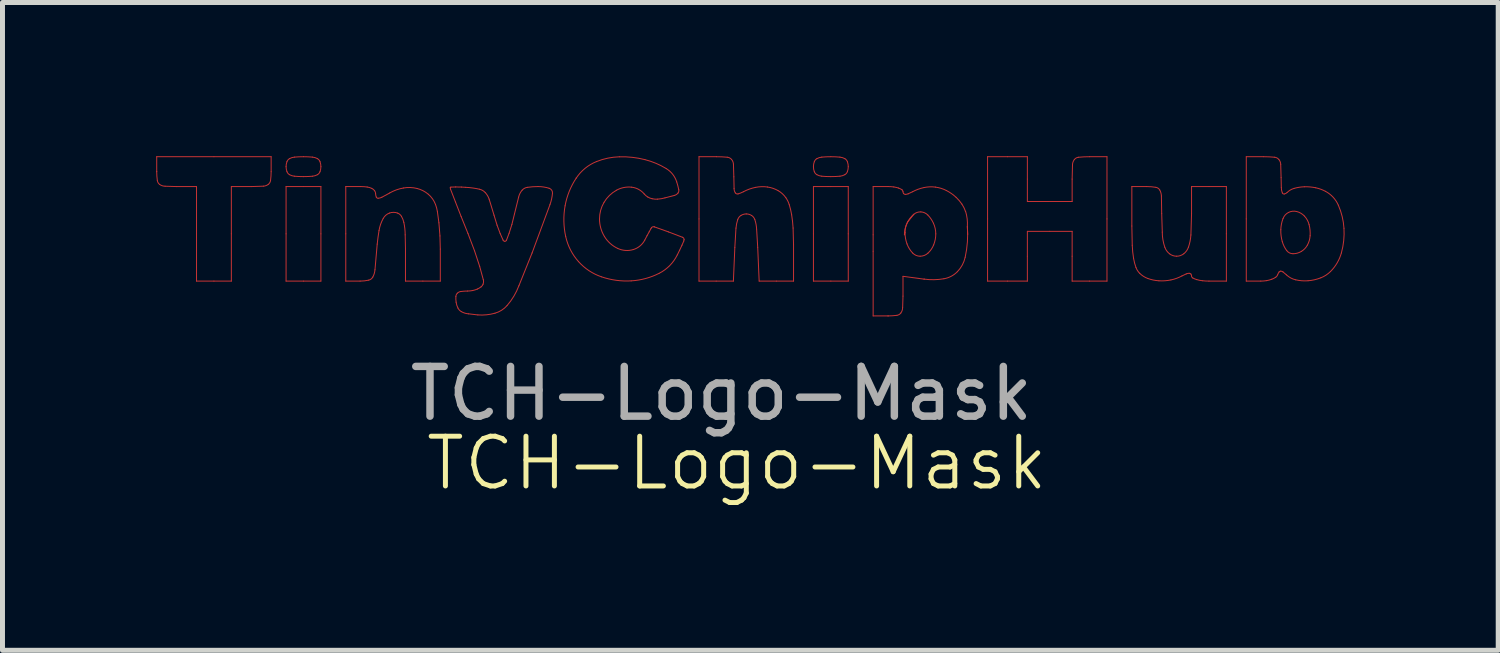
<source format=kicad_pcb>
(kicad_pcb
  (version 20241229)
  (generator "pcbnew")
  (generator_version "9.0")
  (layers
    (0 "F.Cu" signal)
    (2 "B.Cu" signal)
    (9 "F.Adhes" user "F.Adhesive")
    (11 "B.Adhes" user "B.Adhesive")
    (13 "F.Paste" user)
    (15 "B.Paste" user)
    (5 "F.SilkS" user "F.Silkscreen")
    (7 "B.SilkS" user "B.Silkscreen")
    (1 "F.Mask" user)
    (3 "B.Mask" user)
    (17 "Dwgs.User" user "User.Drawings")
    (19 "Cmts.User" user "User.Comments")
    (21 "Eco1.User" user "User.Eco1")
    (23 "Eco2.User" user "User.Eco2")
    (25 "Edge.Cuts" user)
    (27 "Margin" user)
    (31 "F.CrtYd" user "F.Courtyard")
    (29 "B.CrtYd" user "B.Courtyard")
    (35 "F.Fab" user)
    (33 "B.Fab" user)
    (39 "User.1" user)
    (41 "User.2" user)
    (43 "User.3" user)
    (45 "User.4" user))
  (footprint "TCH-Logo-Mask"
    (layer "F.Cu")
    (at 11.45 2.36)
    (property "Reference" "TCH-Logo-Mask" (at 0.31 3.9 0) (unlocked yes) (layer "F.SilkS") (effects (font (size 1 1) (thickness 0.1))))
    (attr smd)
    (fp_line (start -11.35 -2.26) (end -11.35 -1.96) (stroke (width 0.02) (type default)) (layer "F.Cu"))
    (fp_line (start -11.35 -1.96) (end -11.35 -1.96) (stroke (width 0.02) (type default)) (layer "F.Cu"))
    (fp_line (start -11.182 -1.667) (end -10.95 -1.66) (stroke (width 0.02) (type default)) (layer "F.Cu"))
    (fp_line (start -10.95 -1.66) (end -10.55 -1.66) (stroke (width 0.02) (type default)) (layer "F.Cu"))
    (fp_line (start -10.55 -1.66) (end -10.55 -0.71) (stroke (width 0.02) (type default)) (layer "F.Cu"))
    (fp_line (start -10.55 -0.71) (end -10.55 0.24) (stroke (width 0.02) (type default)) (layer "F.Cu"))
    (fp_line (start -10.55 0.24) (end -10.2 0.24) (stroke (width 0.02) (type default)) (layer "F.Cu"))
    (fp_line (start -10.2 -2.26) (end -11.35 -2.26) (stroke (width 0.02) (type default)) (layer "F.Cu"))
    (fp_line (start -10.2 0.24) (end -9.85 0.24) (stroke (width 0.02) (type default)) (layer "F.Cu"))
    (fp_line (start -9.85 -1.66) (end -9.45 -1.66) (stroke (width 0.02) (type default)) (layer "F.Cu"))
    (fp_line (start -9.85 -0.71) (end -9.85 -1.66) (stroke (width 0.02) (type default)) (layer "F.Cu"))
    (fp_line (start -9.85 0.24) (end -9.85 -0.71) (stroke (width 0.02) (type default)) (layer "F.Cu"))
    (fp_line (start -9.45 -1.66) (end -9.206 -1.668) (stroke (width 0.02) (type default)) (layer "F.Cu"))
    (fp_line (start -9.05 -2.26) (end -10.2 -2.26) (stroke (width 0.02) (type default)) (layer "F.Cu"))
    (fp_line (start -9.05 -1.96) (end -9.05 -2.26) (stroke (width 0.02) (type default)) (layer "F.Cu"))
    (fp_line (start -8.75 -1.66) (end -8.75 -0.71) (stroke (width 0.02) (type default)) (layer "F.Cu"))
    (fp_line (start -8.75 -0.71) (end -8.75 0.24) (stroke (width 0.02) (type default)) (layer "F.Cu"))
    (fp_line (start -8.75 0.24) (end -8.4 0.24) (stroke (width 0.02) (type default)) (layer "F.Cu"))
    (fp_line (start -8.4 -1.66) (end -8.75 -1.66) (stroke (width 0.02) (type default)) (layer "F.Cu"))
    (fp_line (start -8.4 0.24) (end -8.05 0.24) (stroke (width 0.02) (type default)) (layer "F.Cu"))
    (fp_line (start -8.05 -1.66) (end -8.4 -1.66) (stroke (width 0.02) (type default)) (layer "F.Cu"))
    (fp_line (start -8.05 -0.71) (end -8.05 -1.66) (stroke (width 0.02) (type default)) (layer "F.Cu"))
    (fp_line (start -8.05 0.24) (end -8.05 -0.71) (stroke (width 0.02) (type default)) (layer "F.Cu"))
    (fp_line (start -7.55 -1.66) (end -7.55 -0.71) (stroke (width 0.02) (type default)) (layer "F.Cu"))
    (fp_line (start -7.55 -0.71) (end -7.55 0.24) (stroke (width 0.02) (type default)) (layer "F.Cu"))
    (fp_line (start -7.55 0.24) (end -7.262 0.24) (stroke (width 0.02) (type default)) (layer "F.Cu"))
    (fp_line (start -7.25 -1.66) (end -7.55 -1.66) (stroke (width 0.02) (type default)) (layer "F.Cu"))
    (fp_line (start -6.963 0.012) (end -6.918 -0.504) (stroke (width 0.02) (type default)) (layer "F.Cu"))
    (fp_line (start -6.669 -1.53) (end -6.826 -1.445) (stroke (width 0.02) (type default)) (layer "F.Cu"))
    (fp_line (start -6.356 -0.689) (end -6.35 -0.413) (stroke (width 0.02) (type default)) (layer "F.Cu"))
    (fp_line (start -6.35 -0.413) (end -6.35 0.24) (stroke (width 0.02) (type default)) (layer "F.Cu"))
    (fp_line (start -6.35 0.24) (end -6 0.24) (stroke (width 0.02) (type default)) (layer "F.Cu"))
    (fp_line (start -6 0.24) (end -5.65 0.24) (stroke (width 0.02) (type default)) (layer "F.Cu"))
    (fp_line (start -5.678 -0.932) (end -5.709 -1.161) (stroke (width 0.02) (type default)) (layer "F.Cu"))
    (fp_line (start -5.657 -0.668) (end -5.678 -0.932) (stroke (width 0.02) (type default)) (layer "F.Cu"))
    (fp_line (start -5.65 -0.403) (end -5.657 -0.668) (stroke (width 0.02) (type default)) (layer "F.Cu"))
    (fp_line (start -5.65 0.24) (end -5.65 -0.403) (stroke (width 0.02) (type default)) (layer "F.Cu"))
    (fp_line (start -5.445 -1.608) (end -5.345 -1.35) (stroke (width 0.02) (type default)) (layer "F.Cu"))
    (fp_line (start -5.345 -1.35) (end -5.231 -1.057) (stroke (width 0.02) (type default)) (layer "F.Cu"))
    (fp_line (start -5.342 -1.652) (end -5.438 -1.649) (stroke (width 0.02) (type default)) (layer "F.Cu"))
    (fp_line (start -5.231 -1.057) (end -5.094 -0.717) (stroke (width 0.02) (type default)) (layer "F.Cu"))
    (fp_line (start -5.224 -1.65) (end -5.342 -1.652) (stroke (width 0.02) (type default)) (layer "F.Cu"))
    (fp_line (start -5.141 -1.645) (end -5.224 -1.65) (stroke (width 0.02) (type default)) (layer "F.Cu"))
    (fp_line (start -5.094 -0.717) (end -4.962 -0.369) (stroke (width 0.02) (type default)) (layer "F.Cu"))
    (fp_line (start -5.081 0.898) (end -4.895 0.92) (stroke (width 0.02) (type default)) (layer "F.Cu"))
    (fp_line (start -4.962 -0.369) (end -4.858 -0.053) (stroke (width 0.02) (type default)) (layer "F.Cu"))
    (fp_line (start -4.858 -0.053) (end -4.786 0.211) (stroke (width 0.02) (type default)) (layer "F.Cu"))
    (fp_line (start -4.57 -1.085) (end -4.668 -1.407) (stroke (width 0.02) (type default)) (layer "F.Cu"))
    (fp_line (start -4.509 -0.884) (end -4.57 -1.085) (stroke (width 0.02) (type default)) (layer "F.Cu"))
    (fp_line (start -4.446 -0.714) (end -4.509 -0.884) (stroke (width 0.02) (type default)) (layer "F.Cu"))
    (fp_line (start -4.388 -0.584) (end -4.446 -0.714) (stroke (width 0.02) (type default)) (layer "F.Cu"))
    (fp_line (start -4.267 -0.722) (end -4.32 -0.582) (stroke (width 0.02) (type default)) (layer "F.Cu"))
    (fp_line (start -4.211 -0.899) (end -4.267 -0.722) (stroke (width 0.02) (type default)) (layer "F.Cu"))
    (fp_line (start -4.159 -1.11) (end -4.211 -0.899) (stroke (width 0.02) (type default)) (layer "F.Cu"))
    (fp_line (start -4.076 -1.446) (end -4.159 -1.11) (stroke (width 0.02) (type default)) (layer "F.Cu"))
    (fp_line (start -4.07 0.333) (end -3.805 -0.326) (stroke (width 0.02) (type default)) (layer "F.Cu"))
    (fp_line (start -3.805 -0.326) (end -3.446 -1.296) (stroke (width 0.02) (type default)) (layer "F.Cu"))
    (fp_line (start -2.918 -1.831) (end -2.918 -1.831) (stroke (width 0.02) (type default)) (layer "F.Cu"))
    (fp_line (start -1.494 -0.673) (end -1.541 -0.583) (stroke (width 0.02) (type default)) (layer "F.Cu"))
    (fp_line (start -1.451 -0.751) (end -1.494 -0.673) (stroke (width 0.02) (type default)) (layer "F.Cu"))
    (fp_line (start -1.415 -0.816) (end -1.451 -0.751) (stroke (width 0.02) (type default)) (layer "F.Cu"))
    (fp_line (start -1.35 -0.851) (end -1.35 -0.851) (stroke (width 0.02) (type default)) (layer "F.Cu"))
    (fp_line (start -1.134 -1.433) (end -0.941 -1.483) (stroke (width 0.02) (type default)) (layer "F.Cu"))
    (fp_line (start -1.065 -0.749) (end -1.35 -0.851) (stroke (width 0.02) (type default)) (layer "F.Cu"))
    (fp_line (start -0.886 -0.287) (end -0.84 -0.38) (stroke (width 0.02) (type default)) (layer "F.Cu"))
    (fp_line (start -0.84 -0.38) (end -0.793 -0.481) (stroke (width 0.02) (type default)) (layer "F.Cu"))
    (fp_line (start -0.793 -0.481) (end -0.755 -0.567) (stroke (width 0.02) (type default)) (layer "F.Cu"))
    (fp_line (start -0.782 -0.641) (end -1.065 -0.749) (stroke (width 0.02) (type default)) (layer "F.Cu"))
    (fp_line (start -0.45 -2.26) (end -0.45 -1.01) (stroke (width 0.02) (type default)) (layer "F.Cu"))
    (fp_line (start -0.45 -1.01) (end -0.45 0.24) (stroke (width 0.02) (type default)) (layer "F.Cu"))
    (fp_line (start -0.45 0.24) (end -0.105 0.24) (stroke (width 0.02) (type default)) (layer "F.Cu"))
    (fp_line (start -0.105 0.24) (end 0.241 0.24) (stroke (width 0.02) (type default)) (layer "F.Cu"))
    (fp_line (start -0.1 -2.26) (end -0.45 -2.26) (stroke (width 0.02) (type default)) (layer "F.Cu"))
    (fp_line (start 0.241 0.24) (end 0.27 -0.435) (stroke (width 0.02) (type default)) (layer "F.Cu"))
    (fp_line (start 0.25 -1.856) (end 0.242 -2.111) (stroke (width 0.02) (type default)) (layer "F.Cu"))
    (fp_line (start 0.255 -1.621) (end 0.25 -1.856) (stroke (width 0.02) (type default)) (layer "F.Cu"))
    (fp_line (start 0.27 -0.435) (end 0.293 -0.825) (stroke (width 0.02) (type default)) (layer "F.Cu"))
    (fp_line (start 0.708 -0.804) (end 0.73 -0.435) (stroke (width 0.02) (type default)) (layer "F.Cu"))
    (fp_line (start 0.73 -0.435) (end 0.759 0.24) (stroke (width 0.02) (type default)) (layer "F.Cu"))
    (fp_line (start 0.759 0.24) (end 1.105 0.24) (stroke (width 0.02) (type default)) (layer "F.Cu"))
    (fp_line (start 1.105 0.24) (end 1.45 0.24) (stroke (width 0.02) (type default)) (layer "F.Cu"))
    (fp_line (start 1.45 -0.488) (end 1.441 -0.826) (stroke (width 0.02) (type default)) (layer "F.Cu"))
    (fp_line (start 1.45 0.24) (end 1.45 -0.488) (stroke (width 0.02) (type default)) (layer "F.Cu"))
    (fp_line (start 1.85 -1.66) (end 1.85 -0.71) (stroke (width 0.02) (type default)) (layer "F.Cu"))
    (fp_line (start 1.85 -0.71) (end 1.85 0.24) (stroke (width 0.02) (type default)) (layer "F.Cu"))
    (fp_line (start 1.85 0.24) (end 2.2 0.24) (stroke (width 0.02) (type default)) (layer "F.Cu"))
    (fp_line (start 2.142 -1.66) (end 1.85 -1.66) (stroke (width 0.02) (type default)) (layer "F.Cu"))
    (fp_line (start 2.142 -1.66) (end 2.2 -1.66) (stroke (width 0.02) (type default)) (layer "F.Cu"))
    (fp_line (start 2.2 0.24) (end 2.55 0.24) (stroke (width 0.02) (type default)) (layer "F.Cu"))
    (fp_line (start 2.55 -1.66) (end 2.2 -1.66) (stroke (width 0.02) (type default)) (layer "F.Cu"))
    (fp_line (start 2.55 -0.71) (end 2.55 -1.66) (stroke (width 0.02) (type default)) (layer "F.Cu"))
    (fp_line (start 2.55 0.24) (end 2.55 -0.71) (stroke (width 0.02) (type default)) (layer "F.Cu"))
    (fp_line (start 3.05 -1.66) (end 3.05 -0.691) (stroke (width 0.02) (type default)) (layer "F.Cu"))
    (fp_line (start 3.05 -0.36) (end 3.05 -0.691) (stroke (width 0.02) (type default)) (layer "F.Cu"))
    (fp_line (start 3.05 -0.36) (end 3.05 0.94) (stroke (width 0.02) (type default)) (layer "F.Cu"))
    (fp_line (start 3.05 0.94) (end 3.35 0.94) (stroke (width 0.02) (type default)) (layer "F.Cu"))
    (fp_line (start 3.35 -1.66) (end 3.05 -1.66) (stroke (width 0.02) (type default)) (layer "F.Cu"))
    (fp_line (start 3.35 0.94) (end 3.35 0.94) (stroke (width 0.02) (type default)) (layer "F.Cu"))
    (fp_line (start 3.643 0.773) (end 3.65 0.542) (stroke (width 0.02) (type default)) (layer "F.Cu"))
    (fp_line (start 3.65 0.144) (end 4.075 0.201) (stroke (width 0.02) (type default)) (layer "F.Cu"))
    (fp_line (start 3.65 0.542) (end 3.65 0.144) (stroke (width 0.02) (type default)) (layer "F.Cu"))
    (fp_line (start 3.679 -0.691) (end 3.691 -0.741) (stroke (width 0.02) (type default)) (layer "F.Cu"))
    (fp_line (start 3.866 -1.102) (end 3.743 -0.947) (stroke (width 0.02) (type default)) (layer "F.Cu"))
    (fp_line (start 4.075 0.2) (end 4.075 0.201) (stroke (width 0.02) (type default)) (layer "F.Cu"))
    (fp_line (start 4.95 -0.696) (end 4.944 -0.856) (stroke (width 0.02) (type default)) (layer "F.Cu"))
    (fp_line (start 5.35 -2.26) (end 5.35 -1.01) (stroke (width 0.02) (type default)) (layer "F.Cu"))
    (fp_line (start 5.35 -1.01) (end 5.35 0.24) (stroke (width 0.02) (type default)) (layer "F.Cu"))
    (fp_line (start 5.35 0.24) (end 5.75 0.24) (stroke (width 0.02) (type default)) (layer "F.Cu"))
    (fp_line (start 5.75 -2.26) (end 5.35 -2.26) (stroke (width 0.02) (type default)) (layer "F.Cu"))
    (fp_line (start 5.75 0.24) (end 6.15 0.24) (stroke (width 0.02) (type default)) (layer "F.Cu"))
    (fp_line (start 6.15 -2.26) (end 5.75 -2.26) (stroke (width 0.02) (type default)) (layer "F.Cu"))
    (fp_line (start 6.15 -1.81) (end 6.15 -2.26) (stroke (width 0.02) (type default)) (layer "F.Cu"))
    (fp_line (start 6.15 -1.36) (end 6.15 -1.81) (stroke (width 0.02) (type default)) (layer "F.Cu"))
    (fp_line (start 6.15 -0.76) (end 6.6 -0.76) (stroke (width 0.02) (type default)) (layer "F.Cu"))
    (fp_line (start 6.15 -0.26) (end 6.15 -0.76) (stroke (width 0.02) (type default)) (layer "F.Cu"))
    (fp_line (start 6.15 0.24) (end 6.15 -0.26) (stroke (width 0.02) (type default)) (layer "F.Cu"))
    (fp_line (start 6.6 -1.36) (end 6.15 -1.36) (stroke (width 0.02) (type default)) (layer "F.Cu"))
    (fp_line (start 6.6 -0.76) (end 7.05 -0.76) (stroke (width 0.02) (type default)) (layer "F.Cu"))
    (fp_line (start 7.05 -1.81) (end 7.05 -1.36) (stroke (width 0.02) (type default)) (layer "F.Cu"))
    (fp_line (start 7.05 -1.36) (end 6.6 -1.36) (stroke (width 0.02) (type default)) (layer "F.Cu"))
    (fp_line (start 7.05 -0.76) (end 7.05 -0.26) (stroke (width 0.02) (type default)) (layer "F.Cu"))
    (fp_line (start 7.05 -0.26) (end 7.05 0.24) (stroke (width 0.02) (type default)) (layer "F.Cu"))
    (fp_line (start 7.05 0.24) (end 7.4 0.24) (stroke (width 0.02) (type default)) (layer "F.Cu"))
    (fp_line (start 7.057 -2.093) (end 7.05 -1.81) (stroke (width 0.02) (type default)) (layer "F.Cu"))
    (fp_line (start 7.4 0.24) (end 7.75 0.24) (stroke (width 0.02) (type default)) (layer "F.Cu"))
    (fp_line (start 7.75 -2.26) (end 7.4 -2.26) (stroke (width 0.02) (type default)) (layer "F.Cu"))
    (fp_line (start 7.75 -1.01) (end 7.75 -2.26) (stroke (width 0.02) (type default)) (layer "F.Cu"))
    (fp_line (start 7.75 0.24) (end 7.75 -1.01) (stroke (width 0.02) (type default)) (layer "F.Cu"))
    (fp_line (start 8.25 -1.66) (end 8.25 -0.867) (stroke (width 0.02) (type default)) (layer "F.Cu"))
    (fp_line (start 8.25 -0.867) (end 8.258 -0.479) (stroke (width 0.02) (type default)) (layer "F.Cu"))
    (fp_line (start 8.55 -1.66) (end 8.25 -1.66) (stroke (width 0.02) (type default)) (layer "F.Cu"))
    (fp_line (start 8.85 -1.118) (end 8.844 -1.469) (stroke (width 0.02) (type default)) (layer "F.Cu"))
    (fp_line (start 8.862 -0.744) (end 8.85 -1.118) (stroke (width 0.02) (type default)) (layer "F.Cu"))
    (fp_line (start 9.45 -1.66) (end 9.45 -1.118) (stroke (width 0.02) (type default)) (layer "F.Cu"))
    (fp_line (start 9.45 -1.118) (end 9.437 -0.687) (stroke (width 0.02) (type default)) (layer "F.Cu"))
    (fp_line (start 9.553 0.21) (end 9.553 0.21) (stroke (width 0.02) (type default)) (layer "F.Cu"))
    (fp_line (start 9.8 -1.66) (end 9.45 -1.66) (stroke (width 0.02) (type default)) (layer "F.Cu"))
    (fp_line (start 9.8 0.24) (end 10.15 0.24) (stroke (width 0.02) (type default)) (layer "F.Cu"))
    (fp_line (start 10.15 -1.66) (end 9.8 -1.66) (stroke (width 0.02) (type default)) (layer "F.Cu"))
    (fp_line (start 10.15 -0.71) (end 10.15 -1.66) (stroke (width 0.02) (type default)) (layer "F.Cu"))
    (fp_line (start 10.15 0.24) (end 10.15 -0.71) (stroke (width 0.02) (type default)) (layer "F.Cu"))
    (fp_line (start 10.55 -2.26) (end 10.55 -1.01) (stroke (width 0.02) (type default)) (layer "F.Cu"))
    (fp_line (start 10.55 -1.01) (end 10.55 0.24) (stroke (width 0.02) (type default)) (layer "F.Cu"))
    (fp_line (start 10.55 0.24) (end 10.842 0.24) (stroke (width 0.02) (type default)) (layer "F.Cu"))
    (fp_line (start 10.9 -2.26) (end 10.55 -2.26) (stroke (width 0.02) (type default)) (layer "F.Cu"))
    (fp_line (start 11.25 -1.84) (end 11.242 -2.108) (stroke (width 0.02) (type default)) (layer "F.Cu"))
    (fp_line (start 11.254 -1.641) (end 11.25 -1.84) (stroke (width 0.02) (type default)) (layer "F.Cu"))
    (fp_arc (start -11.337927 -1.782426) (mid -11.346977 -1.871008) (end -11.349994 -1.96) (stroke (width 0.02) (type default)) (layer "F.Cu"))
    (fp_arc (start -11.291667 -1.70375) (mid -11.322684 -1.738451) (end -11.337927 -1.782426) (stroke (width 0.02) (type default)) (layer "F.Cu"))
    (fp_arc (start -11.182407 -1.66732) (mid -11.239992 -1.676674) (end -11.291667 -1.70375) (stroke (width 0.02) (type default)) (layer "F.Cu"))
    (fp_arc (start -9.108333 -1.70375) (mid -9.154695 -1.678548) (end -9.206332 -1.667674) (stroke (width 0.02) (type default)) (layer "F.Cu"))
    (fp_arc (start -9.062073 -1.782426) (mid -9.077329 -1.738459) (end -9.108333 -1.70375) (stroke (width 0.02) (type default)) (layer "F.Cu"))
    (fp_arc (start -9.05 -1.96) (mid -9.053023 -1.871008) (end -9.062073 -1.782426) (stroke (width 0.02) (type default)) (layer "F.Cu"))
    (fp_arc (start -8.75 -2.06) (mid -8.745534 -2.110901) (end -8.732271 -2.160246) (stroke (width 0.02) (type default)) (layer "F.Cu"))
    (fp_arc (start -8.732271 -2.160246) (mid -8.712117 -2.194994) (end -8.68125 -2.220714) (stroke (width 0.02) (type default)) (layer "F.Cu"))
    (fp_arc (start -8.732271 -1.959754) (mid -8.745533 -2.009099) (end -8.75 -2.06) (stroke (width 0.02) (type default)) (layer "F.Cu"))
    (fp_arc (start -8.68125 -2.220714) (mid -8.63351 -2.241565) (end -8.582428 -2.251782) (stroke (width 0.02) (type default)) (layer "F.Cu"))
    (fp_arc (start -8.68125 -1.899286) (mid -8.712097 -1.925015) (end -8.732271 -1.959754) (stroke (width 0.02) (type default)) (layer "F.Cu"))
    (fp_arc (start -8.582428 -2.251782) (mid -8.491306 -2.257944) (end -8.4 -2.26) (stroke (width 0.02) (type default)) (layer "F.Cu"))
    (fp_arc (start -8.582428 -1.868218) (mid -8.633517 -1.878418) (end -8.68125 -1.899286) (stroke (width 0.02) (type default)) (layer "F.Cu"))
    (fp_arc (start -8.4 -2.26) (mid -8.308694 -2.257944) (end -8.217572 -2.251782) (stroke (width 0.02) (type default)) (layer "F.Cu"))
    (fp_arc (start -8.4 -1.86) (mid -8.491306 -1.862056) (end -8.582428 -1.868218) (stroke (width 0.02) (type default)) (layer "F.Cu"))
    (fp_arc (start -8.217572 -2.251782) (mid -8.166483 -2.241582) (end -8.11875 -2.220714) (stroke (width 0.02) (type default)) (layer "F.Cu"))
    (fp_arc (start -8.217572 -1.868218) (mid -8.308694 -1.862056) (end -8.4 -1.86) (stroke (width 0.02) (type default)) (layer "F.Cu"))
    (fp_arc (start -8.11875 -2.220713) (mid -8.087903 -2.194984) (end -8.067747 -2.160239) (stroke (width 0.02) (type default)) (layer "F.Cu"))
    (fp_arc (start -8.11875 -1.899286) (mid -8.16649 -1.878435) (end -8.217572 -1.868218) (stroke (width 0.02) (type default)) (layer "F.Cu"))
    (fp_arc (start -8.067729 -2.160246) (mid -8.054467 -2.110901) (end -8.05 -2.06) (stroke (width 0.02) (type default)) (layer "F.Cu"))
    (fp_arc (start -8.067729 -1.959754) (mid -8.087883 -1.925006) (end -8.11875 -1.899286) (stroke (width 0.02) (type default)) (layer "F.Cu"))
    (fp_arc (start -8.05 -2.06) (mid -8.054466 -2.009099) (end -8.067729 -1.959754) (stroke (width 0.02) (type default)) (layer "F.Cu"))
    (fp_arc (start -7.25 -1.66) (mid -7.184838 -1.65778) (end -7.119979 -1.65113) (stroke (width 0.02) (type default)) (layer "F.Cu"))
    (fp_arc (start -7.119979 -1.65113) (mid -7.072174 -1.640697) (end -7.0266 -1.622888) (stroke (width 0.02) (type default)) (layer "F.Cu"))
    (fp_arc (start -7.09007 0.221203) (mid -7.175533 0.235282) (end -7.262019 0.24) (stroke (width 0.02) (type default)) (layer "F.Cu"))
    (fp_arc (start -7.0266 -1.622888) (mid -6.995823 -1.603116) (end -6.970589 -1.576633) (stroke (width 0.02) (type default)) (layer "F.Cu"))
    (fp_arc (start -7.006957 0.159007) (mid -7.041808 0.199067) (end -7.09007 0.221203) (stroke (width 0.02) (type default)) (layer "F.Cu"))
    (fp_arc (start -6.970589 -1.576633) (mid -6.955312 -1.5473) (end -6.95 -1.514651) (stroke (width 0.02) (type default)) (layer "F.Cu"))
    (fp_arc (start -6.963334 0.011758) (mid -6.977173 0.087744) (end -7.006957 0.159007) (stroke (width 0.02) (type default)) (layer "F.Cu"))
    (fp_arc (start -6.936203 -1.447925) (mid -6.946503 -1.480584) (end -6.95 -1.514651) (stroke (width 0.02) (type default)) (layer "F.Cu"))
    (fp_arc (start -6.918039 -0.50361) (mid -6.901885 -0.639851) (end -6.881687 -0.775551) (stroke (width 0.02) (type default)) (layer "F.Cu"))
    (fp_arc (start -6.899032 -1.424953) (mid -6.92122 -1.430591) (end -6.936203 -1.447925) (stroke (width 0.02) (type default)) (layer "F.Cu"))
    (fp_arc (start -6.881687 -0.775551) (mid -6.849678 -0.901694) (end -6.796603 -1.020521) (stroke (width 0.02) (type default)) (layer "F.Cu"))
    (fp_arc (start -6.826218 -1.444848) (mid -6.861572 -1.431048) (end -6.899032 -1.424953) (stroke (width 0.02) (type default)) (layer "F.Cu"))
    (fp_arc (start -6.796603 -1.020521) (mid -6.743636 -1.085416) (end -6.671331 -1.127711) (stroke (width 0.02) (type default)) (layer "F.Cu"))
    (fp_arc (start -6.671331 -1.127711) (mid -6.588912 -1.141942) (end -6.506722 -1.126417) (stroke (width 0.02) (type default)) (layer "F.Cu"))
    (fp_arc (start -6.669403 -1.530343) (mid -6.535221 -1.59265) (end -6.392329 -1.630973) (stroke (width 0.02) (type default)) (layer "F.Cu"))
    (fp_arc (start -6.506722 -1.126417) (mid -6.463398 -1.100738) (end -6.431011 -1.06217) (stroke (width 0.02) (type default)) (layer "F.Cu"))
    (fp_arc (start -6.431011 -1.06217) (mid -6.402366 -1.003097) (end -6.383301 -0.940275) (stroke (width 0.02) (type default)) (layer "F.Cu"))
    (fp_arc (start -6.392329 -1.630973) (mid -6.254151 -1.640772) (end -6.116962 -1.62158) (stroke (width 0.02) (type default)) (layer "F.Cu"))
    (fp_arc (start -6.383301 -0.940275) (mid -6.362873 -0.815422) (end -6.356045 -0.689094) (stroke (width 0.02) (type default)) (layer "F.Cu"))
    (fp_arc (start -6.116962 -1.62158) (mid -5.996545 -1.576254) (end -5.889776 -1.504451) (stroke (width 0.02) (type default)) (layer "F.Cu"))
    (fp_arc (start -5.889776 -1.504451) (mid -5.805335 -1.411567) (end -5.746463 -1.300697) (stroke (width 0.02) (type default)) (layer "F.Cu"))
    (fp_arc (start -5.746463 -1.300697) (mid -5.724259 -1.231956) (end -5.709132 -1.161319) (stroke (width 0.02) (type default)) (layer "F.Cu"))
    (fp_arc (start -5.45 -1.635469) (mid -5.446436 -1.64464) (end -5.437594 -1.648956) (stroke (width 0.02) (type default)) (layer "F.Cu"))
    (fp_arc (start -5.444879 -1.607882) (mid -5.448712 -1.621438) (end -5.45 -1.635469) (stroke (width 0.02) (type default)) (layer "F.Cu"))
    (fp_arc (start -5.336869 0.54882) (mid -5.328189 0.513445) (end -5.307376 0.483555) (stroke (width 0.02) (type default)) (layer "F.Cu"))
    (fp_arc (start -5.331955 0.665) (mid -5.33729 0.607032) (end -5.336869 0.54882) (stroke (width 0.02) (type default)) (layer "F.Cu"))
    (fp_arc (start -5.307376 0.483555) (mid -5.275593 0.460923) (end -5.238309 0.449413) (stroke (width 0.02) (type default)) (layer "F.Cu"))
    (fp_arc (start -5.295844 0.780716) (mid -5.31858 0.724318) (end -5.331955 0.665) (stroke (width 0.02) (type default)) (layer "F.Cu"))
    (fp_arc (start -5.238309 0.449413) (mid -5.171227 0.442358) (end -5.103817 0.44) (stroke (width 0.02) (type default)) (layer "F.Cu"))
    (fp_arc (start -5.228437 0.852568) (mid -5.267396 0.82157) (end -5.295844 0.780716) (stroke (width 0.02) (type default)) (layer "F.Cu"))
    (fp_arc (start -5.141247 -1.644893) (mid -5.0004 -1.63191) (end -4.861278 -1.606386) (stroke (width 0.02) (type default)) (layer "F.Cu"))
    (fp_arc (start -5.080836 0.898272) (mid -5.157242 0.883838) (end -5.228437 0.852568) (stroke (width 0.02) (type default)) (layer "F.Cu"))
    (fp_arc (start -5.000423 0.429829) (mid -5.051871 0.437445) (end -5.103817 0.44) (stroke (width 0.02) (type default)) (layer "F.Cu"))
    (fp_arc (start -4.904666 0.399713) (mid -4.951724 0.417379) (end -5.000423 0.429829) (stroke (width 0.02) (type default)) (layer "F.Cu"))
    (fp_arc (start -4.861278 -1.606386) (mid -4.799015 -1.581795) (end -4.746794 -1.539918) (stroke (width 0.02) (type default)) (layer "F.Cu"))
    (fp_arc (start -4.830131 0.355404) (mid -4.866031 0.379859) (end -4.904666 0.399713) (stroke (width 0.02) (type default)) (layer "F.Cu"))
    (fp_arc (start -4.791095 0.302853) (mid -4.807002 0.331813) (end -4.830131 0.355404) (stroke (width 0.02) (type default)) (layer "F.Cu"))
    (fp_arc (start -4.785691 0.21051) (mid -4.781218 0.257102) (end -4.791095 0.302853) (stroke (width 0.02) (type default)) (layer "F.Cu"))
    (fp_arc (start -4.746794 -1.539918) (mid -4.700447 -1.477548) (end -4.668225 -1.406839) (stroke (width 0.02) (type default)) (layer "F.Cu"))
    (fp_arc (start -4.551619 0.885481) (mid -4.721924 0.917544) (end -4.895207 0.919737) (stroke (width 0.02) (type default)) (layer "F.Cu"))
    (fp_arc (start -4.353106 -0.56) (mid -4.374312 -0.566492) (end -4.388256 -0.583738) (stroke (width 0.02) (type default)) (layer "F.Cu"))
    (fp_arc (start -4.319887 -0.582248) (mid -4.333112 -0.566068) (end -4.353106 -0.56) (stroke (width 0.02) (type default)) (layer "F.Cu"))
    (fp_arc (start -4.308612 0.732346) (mid -4.418945 0.826638) (end -4.551619 0.885481) (stroke (width 0.02) (type default)) (layer "F.Cu"))
    (fp_arc (start -4.07617 -1.446039) (mid -4.049513 -1.520792) (end -4.00554 -1.586863) (stroke (width 0.02) (type default)) (layer "F.Cu"))
    (fp_arc (start -4.070101 0.332748) (mid -4.17126 0.543348) (end -4.308612 0.732346) (stroke (width 0.02) (type default)) (layer "F.Cu"))
    (fp_arc (start -4.00554 -1.586863) (mid -3.958545 -1.625032) (end -3.901158 -1.644323) (stroke (width 0.02) (type default)) (layer "F.Cu"))
    (fp_arc (start -3.901158 -1.644323) (mid -3.793909 -1.656076) (end -3.68609 -1.66) (stroke (width 0.02) (type default)) (layer "F.Cu"))
    (fp_arc (start -3.68609 -1.66) (mid -3.573059 -1.651454) (end -3.462598 -1.626009) (stroke (width 0.02) (type default)) (layer "F.Cu"))
    (fp_arc (start -3.462598 -1.626009) (mid -3.411068 -1.587551) (end -3.395122 -1.525266) (stroke (width 0.02) (type default)) (layer "F.Cu"))
    (fp_arc (start -3.395122 -1.525266) (mid -3.413149 -1.409128) (end -3.446171 -1.296334) (stroke (width 0.02) (type default)) (layer "F.Cu"))
    (fp_arc (start -3.141612 -1.273817) (mid -3.058216 -1.563866) (end -2.917549 -1.830882) (stroke (width 0.02) (type default)) (layer "F.Cu"))
    (fp_arc (start -3.129296 -0.654713) (mid -3.166101 -0.963655) (end -3.141612 -1.273817) (stroke (width 0.02) (type default)) (layer "F.Cu"))
    (fp_arc (start -2.917549 -1.830881) (mid -2.739363 -2.027112) (end -2.511188 -2.161993) (stroke (width 0.02) (type default)) (layer "F.Cu"))
    (fp_arc (start -2.871756 -0.151746) (mid -3.032882 -0.386663) (end -3.129296 -0.654713) (stroke (width 0.02) (type default)) (layer "F.Cu"))
    (fp_arc (start -2.511188 -2.161993) (mid -2.28451 -2.230816) (end -2.049211 -2.258271) (stroke (width 0.02) (type default)) (layer "F.Cu"))
    (fp_arc (start -2.45 -1.01) (mid -2.426769 -1.182895) (end -2.358725 -1.343527) (stroke (width 0.02) (type default)) (layer "F.Cu"))
    (fp_arc (start -2.412678 0.153228) (mid -2.66177 0.030177) (end -2.871756 -0.151746) (stroke (width 0.02) (type default)) (layer "F.Cu"))
    (fp_arc (start -2.358725 -1.343527) (mid -2.250482 -1.48119) (end -2.110055 -1.585824) (stroke (width 0.02) (type default)) (layer "F.Cu"))
    (fp_arc (start -2.350599 -0.655809) (mid -2.424694 -0.82606) (end -2.45 -1.01) (stroke (width 0.02) (type default)) (layer "F.Cu"))
    (fp_arc (start -2.110055 -1.585824) (mid -1.961879 -1.640535) (end -1.804079 -1.647479) (stroke (width 0.02) (type default)) (layer "F.Cu"))
    (fp_arc (start -2.083357 -0.416528) (mid -2.234643 -0.516437) (end -2.350599 -0.655809) (stroke (width 0.02) (type default)) (layer "F.Cu"))
    (fp_arc (start -2.049211 -2.258271) (mid -1.790761 -2.247463) (end -1.53623 -2.201347) (stroke (width 0.02) (type default)) (layer "F.Cu"))
    (fp_arc (start -1.812661 0.235293) (mid -2.116688 0.223643) (end -2.412678 0.153228) (stroke (width 0.02) (type default)) (layer "F.Cu"))
    (fp_arc (start -1.804079 -1.647479) (mid -1.664177 -1.603828) (end -1.550802 -1.510967) (stroke (width 0.02) (type default)) (layer "F.Cu"))
    (fp_arc (start -1.77181 -0.393534) (mid -1.929692 -0.376443) (end -2.083357 -0.416528) (stroke (width 0.02) (type default)) (layer "F.Cu"))
    (fp_arc (start -1.540807 -0.583415) (mid -1.637137 -0.465151) (end -1.77181 -0.393534) (stroke (width 0.02) (type default)) (layer "F.Cu"))
    (fp_arc (start -1.53623 -2.201347) (mid -1.315044 -2.127268) (end -1.10745 -2.020892) (stroke (width 0.02) (type default)) (layer "F.Cu"))
    (fp_arc (start -1.480082 -1.45032) (mid -1.518014 -1.477645) (end -1.550802 -1.510967) (stroke (width 0.02) (type default)) (layer "F.Cu"))
    (fp_arc (start -1.415356 -0.816443) (mid -1.409412 -0.826213) (end -1.40267 -0.835451) (stroke (width 0.02) (type default)) (layer "F.Cu"))
    (fp_arc (start -1.40267 -0.835451) (mid -1.378799 -0.851451) (end -1.350061 -0.850553) (stroke (width 0.02) (type default)) (layer "F.Cu"))
    (fp_arc (start -1.391974 -1.41523) (mid -1.43744 -1.429231) (end -1.480082 -1.45032) (stroke (width 0.02) (type default)) (layer "F.Cu"))
    (fp_arc (start -1.286263 -1.406824) (mid -1.339411 -1.407345) (end -1.391974 -1.41523) (stroke (width 0.02) (type default)) (layer "F.Cu"))
    (fp_arc (start -1.250623 0.083286) (mid -1.523833 0.18816) (end -1.812661 0.235293) (stroke (width 0.02) (type default)) (layer "F.Cu"))
    (fp_arc (start -1.133783 -1.432848) (mid -1.209312 -1.415669) (end -1.286263 -1.406824) (stroke (width 0.02) (type default)) (layer "F.Cu"))
    (fp_arc (start -1.10745 -2.020892) (mid -0.978546 -1.906152) (end -0.897956 -1.753561) (stroke (width 0.02) (type default)) (layer "F.Cu"))
    (fp_arc (start -0.897956 -1.753561) (mid -0.87539 -1.675538) (end -0.856882 -1.596455) (stroke (width 0.02) (type default)) (layer "F.Cu"))
    (fp_arc (start -0.886408 -0.286809) (mid -1.038229 -0.071956) (end -1.250623 0.083286) (stroke (width 0.02) (type default)) (layer "F.Cu"))
    (fp_arc (start -0.873439 -1.528173) (mid -0.903695 -1.500644) (end -0.940828 -1.483487) (stroke (width 0.02) (type default)) (layer "F.Cu"))
    (fp_arc (start -0.856882 -1.596455) (mid -0.857487 -1.560453) (end -0.873439 -1.528173) (stroke (width 0.02) (type default)) (layer "F.Cu"))
    (fp_arc (start -0.781863 -0.641437) (mid -0.758761 -0.623294) (end -0.75 -0.595252) (stroke (width 0.02) (type default)) (layer "F.Cu"))
    (fp_arc (start -0.75 -0.595252) (mid -0.751396 -0.580823) (end -0.755478 -0.566913) (stroke (width 0.02) (type default)) (layer "F.Cu"))
    (fp_arc (start -0.1 -2.26) (mid 0.009005 -2.257509) (end 0.117782 -2.250041) (stroke (width 0.02) (type default)) (layer "F.Cu"))
    (fp_arc (start 0.117782 -2.250041) (mid 0.164796 -2.236388) (end 0.203316 -2.206177) (stroke (width 0.02) (type default)) (layer "F.Cu"))
    (fp_arc (start 0.203316 -2.206177) (mid 0.230547 -2.16181) (end 0.242104 -2.111054) (stroke (width 0.02) (type default)) (layer "F.Cu"))
    (fp_arc (start 0.28057 -1.533099) (mid 0.261196 -1.575392) (end 0.254529 -1.621433) (stroke (width 0.02) (type default)) (layer "F.Cu"))
    (fp_arc (start 0.293418 -0.824507) (mid 0.305497 -0.911836) (end 0.328549 -0.996929) (stroke (width 0.02) (type default)) (layer "F.Cu"))
    (fp_arc (start 0.328549 -0.996929) (mid 0.353758 -1.043439) (end 0.39301 -1.078897) (stroke (width 0.02) (type default)) (layer "F.Cu"))
    (fp_arc (start 0.334366 -1.512676) (mid 0.304101 -1.514034) (end 0.28057 -1.533099) (stroke (width 0.02) (type default)) (layer "F.Cu"))
    (fp_arc (start 0.39301 -1.078897) (mid 0.444291 -1.102063) (end 0.5 -1.11) (stroke (width 0.02) (type default)) (layer "F.Cu"))
    (fp_arc (start 0.443426 -1.556482) (mid 0.390095 -1.531593) (end 0.334366 -1.512676) (stroke (width 0.02) (type default)) (layer "F.Cu"))
    (fp_arc (start 0.443426 -1.556482) (mid 0.56061 -1.608671) (end 0.684094 -1.643422) (stroke (width 0.02) (type default)) (layer "F.Cu"))
    (fp_arc (start 0.5 -1.11) (mid 0.555708 -1.102064) (end 0.60699 -1.078897) (stroke (width 0.02) (type default)) (layer "F.Cu"))
    (fp_arc (start 0.60699 -1.078897) (mid 0.646213 -1.043412) (end 0.671451 -0.996929) (stroke (width 0.02) (type default)) (layer "F.Cu"))
    (fp_arc (start 0.671451 -0.996929) (mid 0.69646 -0.901744) (end 0.707793 -0.803982) (stroke (width 0.02) (type default)) (layer "F.Cu"))
    (fp_arc (start 0.684094 -1.643422) (mid 0.804733 -1.657558) (end 0.926025 -1.651079) (stroke (width 0.02) (type default)) (layer "F.Cu"))
    (fp_arc (start 0.926025 -1.651079) (mid 1.035482 -1.625166) (end 1.138207 -1.579338) (stroke (width 0.02) (type default)) (layer "F.Cu"))
    (fp_arc (start 1.138207 -1.579338) (mid 1.224181 -1.517271) (end 1.29433 -1.437749) (stroke (width 0.02) (type default)) (layer "F.Cu"))
    (fp_arc (start 1.29433 -1.437749) (mid 1.3347 -1.369401) (end 1.364022 -1.295636) (stroke (width 0.02) (type default)) (layer "F.Cu"))
    (fp_arc (start 1.364022 -1.295636) (mid 1.391542 -1.194729) (end 1.412018 -1.092161) (stroke (width 0.02) (type default)) (layer "F.Cu"))
    (fp_arc (start 1.412018 -1.092161) (mid 1.430045 -0.959707) (end 1.440866 -0.826471) (stroke (width 0.02) (type default)) (layer "F.Cu"))
    (fp_arc (start 1.85 -2.06) (mid 1.854463 -2.110902) (end 1.867729 -2.160246) (stroke (width 0.02) (type default)) (layer "F.Cu"))
    (fp_arc (start 1.867729 -2.160246) (mid 1.887874 -2.195003) (end 1.91875 -2.220714) (stroke (width 0.02) (type default)) (layer "F.Cu"))
    (fp_arc (start 1.86773 -1.959754) (mid 1.854473 -2.0091) (end 1.850002 -2.06) (stroke (width 0.02) (type default)) (layer "F.Cu"))
    (fp_arc (start 1.91875 -2.220714) (mid 1.966488 -2.241571) (end 2.017572 -2.251782) (stroke (width 0.02) (type default)) (layer "F.Cu"))
    (fp_arc (start 1.91875 -1.899286) (mid 1.887909 -1.925022) (end 1.867729 -1.959754) (stroke (width 0.02) (type default)) (layer "F.Cu"))
    (fp_arc (start 2.017572 -2.251782) (mid 2.108693 -2.257946) (end 2.2 -2.26) (stroke (width 0.02) (type default)) (layer "F.Cu"))
    (fp_arc (start 2.017572 -1.868218) (mid 1.966485 -1.878421) (end 1.91875 -1.899286) (stroke (width 0.02) (type default)) (layer "F.Cu"))
    (fp_arc (start 2.2 -2.26) (mid 2.291307 -2.257945) (end 2.382428 -2.251782) (stroke (width 0.02) (type default)) (layer "F.Cu"))
    (fp_arc (start 2.2 -1.86) (mid 2.108694 -1.862059) (end 2.017572 -1.868218) (stroke (width 0.02) (type default)) (layer "F.Cu"))
    (fp_arc (start 2.382428 -2.251782) (mid 2.433519 -2.24159) (end 2.48125 -2.220714) (stroke (width 0.02) (type default)) (layer "F.Cu"))
    (fp_arc (start 2.382428 -1.868218) (mid 2.291306 -1.862057) (end 2.2 -1.86) (stroke (width 0.02) (type default)) (layer "F.Cu"))
    (fp_arc (start 2.48125 -2.220714) (mid 2.512117 -2.194996) (end 2.532271 -2.160246) (stroke (width 0.02) (type default)) (layer "F.Cu"))
    (fp_arc (start 2.48125 -1.899286) (mid 2.43351 -1.878437) (end 2.382428 -1.868218) (stroke (width 0.02) (type default)) (layer "F.Cu"))
    (fp_arc (start 2.532271 -2.160246) (mid 2.545533 -2.110901) (end 2.55 -2.06) (stroke (width 0.02) (type default)) (layer "F.Cu"))
    (fp_arc (start 2.532271 -1.959754) (mid 2.512128 -1.924991) (end 2.48125 -1.899286) (stroke (width 0.02) (type default)) (layer "F.Cu"))
    (fp_arc (start 2.55 -2.06) (mid 2.545532 -2.0091) (end 2.532271 -1.959754) (stroke (width 0.02) (type default)) (layer "F.Cu"))
    (fp_arc (start 3.35 -1.66) (mid 3.407582 -1.658113) (end 3.464918 -1.652461) (stroke (width 0.02) (type default)) (layer "F.Cu"))
    (fp_arc (start 3.464918 -1.652461) (mid 3.513974 -1.643472) (end 3.561875 -1.629592) (stroke (width 0.02) (type default)) (layer "F.Cu"))
    (fp_arc (start 3.527458 0.927963) (mid 3.438933 0.93699) (end 3.35 0.939999) (stroke (width 0.02) (type default)) (layer "F.Cu"))
    (fp_arc (start 3.561875 -1.629592) (mid 3.596443 -1.615095) (end 3.628834 -1.596231) (stroke (width 0.02) (type default)) (layer "F.Cu"))
    (fp_arc (start 3.60616 0.881826) (mid 3.571422 0.912765) (end 3.527458 0.927963) (stroke (width 0.02) (type default)) (layer "F.Cu"))
    (fp_arc (start 3.628834 -1.596231) (mid 3.644348 -1.578985) (end 3.65 -1.556482) (stroke (width 0.02) (type default)) (layer "F.Cu"))
    (fp_arc (start 3.642648 0.772854) (mid 3.633272 0.830308) (end 3.60616 0.881826) (stroke (width 0.02) (type default)) (layer "F.Cu"))
    (fp_arc (start 3.663619 -1.518566) (mid 3.653484 -1.536331) (end 3.65 -1.556482) (stroke (width 0.02) (type default)) (layer "F.Cu"))
    (fp_arc (start 3.678955 -0.691) (mid 3.728046 -0.91667) (end 3.866437 -1.101565) (stroke (width 0.02) (type default)) (layer "F.Cu"))
    (fp_arc (start 3.690519 -0.740762) (mid 3.704332 -0.847258) (end 3.74323 -0.947351) (stroke (width 0.02) (type default)) (layer "F.Cu"))
    (fp_arc (start 3.696713 -1.502963) (mid 3.678413 -1.507052) (end 3.663619 -1.518566) (stroke (width 0.02) (type default)) (layer "F.Cu"))
    (fp_arc (start 3.730792 -0.50756) (mid 3.700168 -0.62235) (end 3.690519 -0.740762) (stroke (width 0.02) (type default)) (layer "F.Cu"))
    (fp_arc (start 3.754995 -1.514582) (mid 3.726427 -1.505902) (end 3.696713 -1.502963) (stroke (width 0.02) (type default)) (layer "F.Cu"))
    (fp_arc (start 3.843073 -0.325408) (mid 3.777691 -0.410788) (end 3.730792 -0.50756) (stroke (width 0.02) (type default)) (layer "F.Cu"))
    (fp_arc (start 3.843426 -1.556482) (mid 3.799723 -1.534451) (end 3.754995 -1.514582) (stroke (width 0.02) (type default)) (layer "F.Cu"))
    (fp_arc (start 3.843426 -1.556482) (mid 3.954946 -1.60639) (end 4.072381 -1.6401) (stroke (width 0.02) (type default)) (layer "F.Cu"))
    (fp_arc (start 3.866437 -1.101565) (mid 3.932908 -1.139989) (end 4.008902 -1.15088) (stroke (width 0.02) (type default)) (layer "F.Cu"))
    (fp_arc (start 3.994338 -0.26) (mid 3.91193 -0.27704) (end 3.843073 -0.325408) (stroke (width 0.02) (type default)) (layer "F.Cu"))
    (fp_arc (start 4.008902 -1.15088) (mid 4.084482 -1.132851) (end 4.148314 -1.088555) (stroke (width 0.02) (type default)) (layer "F.Cu"))
    (fp_arc (start 4.072381 -1.6401) (mid 4.186479 -1.65435) (end 4.30135 -1.649206) (stroke (width 0.02) (type default)) (layer "F.Cu"))
    (fp_arc (start 4.148314 -1.088555) (mid 4.212646 -1.010605) (end 4.262432 -0.922649) (stroke (width 0.02) (type default)) (layer "F.Cu"))
    (fp_arc (start 4.150532 -0.320725) (mid 4.078137 -0.275702) (end 3.994338 -0.26) (stroke (width 0.02) (type default)) (layer "F.Cu"))
    (fp_arc (start 4.262432 -0.922649) (mid 4.297105 -0.818329) (end 4.308949 -0.709039) (stroke (width 0.02) (type default)) (layer "F.Cu"))
    (fp_arc (start 4.265857 -0.48685) (mid 4.217465 -0.397352) (end 4.150532 -0.320725) (stroke (width 0.02) (type default)) (layer "F.Cu"))
    (fp_arc (start 4.30135 -1.649206) (mid 4.413493 -1.624801) (end 4.519912 -1.581825) (stroke (width 0.02) (type default)) (layer "F.Cu"))
    (fp_arc (start 4.308949 -0.709039) (mid 4.298152 -0.595859) (end 4.265857 -0.48685) (stroke (width 0.02) (type default)) (layer "F.Cu"))
    (fp_arc (start 4.472357 0.192996) (mid 4.273959 0.211836) (end 4.074991 0.200497) (stroke (width 0.02) (type default)) (layer "F.Cu"))
    (fp_arc (start 4.519912 -1.581825) (mid 4.624213 -1.519301) (end 4.718555 -1.442569) (stroke (width 0.02) (type default)) (layer "F.Cu"))
    (fp_arc (start 4.718555 -1.442569) (mid 4.780054 -1.378119) (end 4.834148 -1.30734) (stroke (width 0.02) (type default)) (layer "F.Cu"))
    (fp_arc (start 4.743485 0.050425) (mid 4.619188 0.143142) (end 4.472357 0.192996) (stroke (width 0.02) (type default)) (layer "F.Cu"))
    (fp_arc (start 4.834148 -1.30734) (mid 4.874336 -1.237749) (end 4.903773 -1.162973) (stroke (width 0.02) (type default)) (layer "F.Cu"))
    (fp_arc (start 4.900085 -0.239464) (mid 4.842034 -0.083583) (end 4.743485 0.050425) (stroke (width 0.02) (type default)) (layer "F.Cu"))
    (fp_arc (start 4.907496 -1.164129) (mid 4.93985 -1.011871) (end 4.943964 -0.856267) (stroke (width 0.02) (type default)) (layer "F.Cu"))
    (fp_arc (start 4.943964 -0.856267) (mid 4.944663 -0.546255) (end 4.900085 -0.239464) (stroke (width 0.02) (type default)) (layer "F.Cu"))
    (fp_arc (start 7.056813 -2.093364) (mid 7.066489 -2.151253) (end 7.094444 -2.202857) (stroke (width 0.02) (type default)) (layer "F.Cu"))
    (fp_arc (start 7.094444 -2.202857) (mid 7.131959 -2.234862) (end 7.179076 -2.249401) (stroke (width 0.02) (type default)) (layer "F.Cu"))
    (fp_arc (start 7.179076 -2.249401) (mid 7.289411 -2.257347) (end 7.4 -2.26) (stroke (width 0.02) (type default)) (layer "F.Cu"))
    (fp_arc (start 8.28491 -0.215512) (mid 8.267354 -0.34664) (end 8.257905 -0.478601) (stroke (width 0.02) (type default)) (layer "F.Cu"))
    (fp_arc (start 8.332466 -0.034318) (mid 8.304479 -0.12381) (end 8.28491 -0.215512) (stroke (width 0.02) (type default)) (layer "F.Cu"))
    (fp_arc (start 8.407143 0.082857) (mid 8.363405 0.028349) (end 8.332466 -0.034318) (stroke (width 0.02) (type default)) (layer "F.Cu"))
    (fp_arc (start 8.55 -1.66) (mid 8.64182 -1.656237) (end 8.733025 -1.644977) (stroke (width 0.02) (type default)) (layer "F.Cu"))
    (fp_arc (start 8.571866 0.187672) (mid 8.483757 0.144299) (end 8.407143 0.082857) (stroke (width 0.02) (type default)) (layer "F.Cu"))
    (fp_arc (start 8.733025 -1.644977) (mid 8.778381 -1.626331) (end 8.811158 -1.589848) (stroke (width 0.02) (type default)) (layer "F.Cu"))
    (fp_arc (start 8.793614 0.233896) (mid 8.681089 0.218701) (end 8.571866 0.187672) (stroke (width 0.02) (type default)) (layer "F.Cu"))
    (fp_arc (start 8.811158 -1.589848) (mid 8.834911 -1.531546) (end 8.844209 -1.469283) (stroke (width 0.02) (type default)) (layer "F.Cu"))
    (fp_arc (start 8.913008 -0.44024) (mid 8.874466 -0.58977) (end 8.861506 -0.743642) (stroke (width 0.02) (type default)) (layer "F.Cu"))
    (fp_arc (start 9.006521 -0.309545) (mid 8.950399 -0.368192) (end 8.913008 -0.44024) (stroke (width 0.02) (type default)) (layer "F.Cu"))
    (fp_arc (start 9.034814 0.216861) (mid 8.914784 0.233448) (end 8.793614 0.233896) (stroke (width 0.02) (type default)) (layer "F.Cu"))
    (fp_arc (start 9.15 -0.26) (mid 9.074105 -0.272736) (end 9.006521 -0.309545) (stroke (width 0.02) (type default)) (layer "F.Cu"))
    (fp_arc (start 9.256574 0.136482) (mid 9.148583 0.18464) (end 9.034814 0.216861) (stroke (width 0.02) (type default)) (layer "F.Cu"))
    (fp_arc (start 9.256574 0.136482) (mid 9.300278 0.114451) (end 9.345006 0.094582) (stroke (width 0.02) (type default)) (layer "F.Cu"))
    (fp_arc (start 9.293479 -0.309545) (mid 9.225897 -0.272731) (end 9.15 -0.26) (stroke (width 0.02) (type default)) (layer "F.Cu"))
    (fp_arc (start 9.345006 0.094582) (mid 9.373573 0.085897) (end 9.403287 0.082963) (stroke (width 0.02) (type default)) (layer "F.Cu"))
    (fp_arc (start 9.386992 -0.44024) (mid 9.349607 -0.368185) (end 9.293479 -0.309545) (stroke (width 0.02) (type default)) (layer "F.Cu"))
    (fp_arc (start 9.403287 0.082963) (mid 9.42158 0.087059) (end 9.436381 0.098566) (stroke (width 0.02) (type default)) (layer "F.Cu"))
    (fp_arc (start 9.436381 0.098566) (mid 9.446502 0.116332) (end 9.45 0.136482) (stroke (width 0.02) (type default)) (layer "F.Cu"))
    (fp_arc (start 9.43676 -0.68723) (mid 9.420377 -0.562022) (end 9.386992 -0.44024) (stroke (width 0.02) (type default)) (layer "F.Cu"))
    (fp_arc (start 9.473507 0.176372) (mid 9.456323 0.159636) (end 9.45 0.136482) (stroke (width 0.02) (type default)) (layer "F.Cu"))
    (fp_arc (start 9.552813 0.209592) (mid 9.512251 0.195152) (end 9.473507 0.176372) (stroke (width 0.02) (type default)) (layer "F.Cu"))
    (fp_arc (start 9.665895 0.232486) (mid 9.608852 0.223518) (end 9.552813 0.209591) (stroke (width 0.02) (type default)) (layer "F.Cu"))
    (fp_arc (start 9.8 0.24) (mid 9.732842 0.238121) (end 9.665895 0.232486) (stroke (width 0.02) (type default)) (layer "F.Cu"))
    (fp_arc (start 10.9 -2.26) (mid 11.009621 -2.257454) (end 11.119006 -2.249821) (stroke (width 0.02) (type default)) (layer "F.Cu"))
    (fp_arc (start 10.956661 0.230777) (mid 10.899349 0.237696) (end 10.841667 0.24) (stroke (width 0.02) (type default)) (layer "F.Cu"))
    (fp_arc (start 11.06112 0.203281) (mid 11.009559 0.21957) (end 10.956661 0.230777) (stroke (width 0.02) (type default)) (layer "F.Cu"))
    (fp_arc (start 11.119006 -2.249821) (mid 11.166042 -2.235873) (end 11.204167 -2.205) (stroke (width 0.02) (type default)) (layer "F.Cu"))
    (fp_arc (start 11.141017 0.163002) (mid 11.102202 0.185389) (end 11.06112 0.203281) (stroke (width 0.02) (type default)) (layer "F.Cu"))
    (fp_arc (start 11.179167 0.115) (mid 11.163981 0.142092) (end 11.141017 0.163002) (stroke (width 0.02) (type default)) (layer "F.Cu"))
    (fp_arc (start 11.179167 0.115) (mid 11.192107 0.085487) (end 11.208606 0.057807) (stroke (width 0.02) (type default)) (layer "F.Cu"))
    (fp_arc (start 11.204167 -2.205) (mid 11.231001 -2.159745) (end 11.242427 -2.108386) (stroke (width 0.02) (type default)) (layer "F.Cu"))
    (fp_arc (start 11.208606 0.057807) (mid 11.223262 0.044724) (end 11.242333 0.04) (stroke (width 0.02) (type default)) (layer "F.Cu"))
    (fp_arc (start 11.242333 0.04) (mid 11.265775 0.043861) (end 11.28676 0.054989) (stroke (width 0.02) (type default)) (layer "F.Cu"))
    (fp_arc (start 11.244102 -0.791934) (mid 11.257149 -0.907111) (end 11.289404 -1.018447) (stroke (width 0.02) (type default)) (layer "F.Cu"))
    (fp_arc (start 11.273564 -0.553976) (mid 11.249802 -0.671837) (end 11.244102 -0.791934) (stroke (width 0.02) (type default)) (layer "F.Cu"))
    (fp_arc (start 11.275 -1.5325) (mid 11.259421 -1.585699) (end 11.254234 -1.64089) (stroke (width 0.02) (type default)) (layer "F.Cu"))
    (fp_arc (start 11.28676 0.054989) (mid 11.322922 0.08406) (end 11.3575 0.115) (stroke (width 0.02) (type default)) (layer "F.Cu"))
    (fp_arc (start 11.289404 -1.018447) (mid 11.332351 -1.08875) (end 11.39747 -1.139207) (stroke (width 0.02) (type default)) (layer "F.Cu"))
    (fp_arc (start 11.313867 -1.510831) (mid 11.2906 -1.51478) (end 11.275 -1.5325) (stroke (width 0.02) (type default)) (layer "F.Cu"))
    (fp_arc (start 11.362606 -0.373406) (mid 11.309785 -0.459598) (end 11.273564 -0.553976) (stroke (width 0.02) (type default)) (layer "F.Cu"))
    (fp_arc (start 11.37 -1.54) (mid 11.344184 -1.521086) (end 11.313867 -1.510831) (stroke (width 0.02) (type default)) (layer "F.Cu"))
    (fp_arc (start 11.37 -1.54) (mid 11.435212 -1.590536) (end 11.510974 -1.623193) (stroke (width 0.02) (type default)) (layer "F.Cu"))
    (fp_arc (start 11.39747 -1.139207) (mid 11.476847 -1.163779) (end 11.559807 -1.159174) (stroke (width 0.02) (type default)) (layer "F.Cu"))
    (fp_arc (start 11.489101 -0.31) (mid 11.418351 -0.326737) (end 11.362606 -0.373406) (stroke (width 0.02) (type default)) (layer "F.Cu"))
    (fp_arc (start 11.510974 -1.623193) (mid 11.613397 -1.645912) (end 11.717853 -1.655697) (stroke (width 0.02) (type default)) (layer "F.Cu"))
    (fp_arc (start 11.541512 0.21391) (mid 11.442968 0.176622) (end 11.3575 0.115) (stroke (width 0.02) (type default)) (layer "F.Cu"))
    (fp_arc (start 11.559807 -1.159174) (mid 11.646555 -1.124579) (end 11.719507 -1.066269) (stroke (width 0.02) (type default)) (layer "F.Cu"))
    (fp_arc (start 11.656207 -0.356212) (mid 11.575793 -0.321755) (end 11.489101 -0.31) (stroke (width 0.02) (type default)) (layer "F.Cu"))
    (fp_arc (start 11.717853 -1.655697) (mid 11.831348 -1.652518) (end 11.943687 -1.636049) (stroke (width 0.02) (type default)) (layer "F.Cu"))
    (fp_arc (start 11.719507 -1.066269) (mid 11.777055 -0.986312) (end 11.81282 -0.894522) (stroke (width 0.02) (type default)) (layer "F.Cu"))
    (fp_arc (start 11.777868 -0.48206) (mid 11.725361 -0.411087) (end 11.656207 -0.356212) (stroke (width 0.02) (type default)) (layer "F.Cu"))
    (fp_arc (start 11.792888 0.233054) (mid 11.666461 0.233189) (end 11.541512 0.21391) (stroke (width 0.02) (type default)) (layer "F.Cu"))
    (fp_arc (start 11.81282 -0.894522) (mid 11.831655 -0.783869) (end 11.833272 -0.671635) (stroke (width 0.02) (type default)) (layer "F.Cu"))
    (fp_arc (start 11.833272 -0.671635) (mid 11.816105 -0.573769) (end 11.777868 -0.48206) (stroke (width 0.02) (type default)) (layer "F.Cu"))
    (fp_arc (start 11.943687 -1.636049) (mid 12.045868 -1.607092) (end 12.142859 -1.563822) (stroke (width 0.02) (type default)) (layer "F.Cu"))
    (fp_arc (start 12.04831 0.174148) (mid 11.922792 0.213111) (end 11.792888 0.233054) (stroke (width 0.02) (type default)) (layer "F.Cu"))
    (fp_arc (start 12.142859 -1.563822) (mid 12.295107 -1.446245) (end 12.400676 -1.285435) (stroke (width 0.02) (type default)) (layer "F.Cu"))
    (fp_arc (start 12.244422 0.045578) (mid 12.152986 0.11996) (end 12.04831 0.174148) (stroke (width 0.02) (type default)) (layer "F.Cu"))
    (fp_arc (start 12.400676 -1.285435) (mid 12.477571 -1.058572) (end 12.513589 -0.821756) (stroke (width 0.02) (type default)) (layer "F.Cu"))
    (fp_arc (start 12.461405 -0.3256) (mid 12.376837 -0.126026) (end 12.244422 0.045578) (stroke (width 0.02) (type default)) (layer "F.Cu"))
    (fp_arc (start 12.513589 -0.821756) (mid 12.508361 -0.571484) (end 12.461405 -0.3256) (stroke (width 0.02) (type default)) (layer "F.Cu"))
    (fp_poly (pts (xy -8.75 -1.66) (xy -8.75 0.24) (xy -8.05 0.24) (xy -8.05 -1.66)) (stroke (width 0.2) (type solid)) (fill yes) (layer "F.Mask"))
    (fp_poly (pts (xy 1.85 -1.66) (xy 1.85 0.24) (xy 2.55 0.24) (xy 2.55 -1.66)) (stroke (width 0.2) (type solid)) (fill yes) (layer "F.Mask"))
    (fp_poly (pts (xy 11.009 -1.672) (xy 11.149 -1.292) (xy 11.329 -1.242) (xy 11.359 -1.442) (xy 11.009 -1.682)) (stroke (width 0.2) (type solid)) (fill yes) (layer "F.Mask"))
    (fp_poly (pts (xy 10.55 -2.26) (xy 11.119 -2.25) (xy 11.204 -2.205) (xy 11.246 -1.974) (xy 11.252 -1.74) (xy 11.275 -1.532) (xy 11.291 -1.515) (xy 10.55 -1.55)) (stroke (width 0.1) (type solid)) (fill yes) (layer "F.Mask"))
    (fp_poly (pts (xy 3.65 0.144) (xy 3.646 0.657) (xy 3.633 0.83) (xy 3.606 0.882) (xy 3.571 0.913) (xy 3.527 0.928) (xy 3.439 0.937) (xy 3.05 0.94) (xy 3.049 0.038)) (stroke (width 0.2) (type solid)) (fill yes) (layer "F.Mask"))
    (fp_poly (pts (xy 10.55 -2.26) (xy 10.55 0.24) (xy 10.842 0.24) (xy 10.957 0.231) (xy 11.061 0.203) (xy 11.141 0.163) (xy 11.223 0.045) (xy 11.418 -0.327) (xy 11.31 -0.46) (xy 11.274 -0.554) (xy 11.25 -0.672) (xy 11.244 -0.792) (xy 11.257 -0.907) (xy 11.289 -1.018)) (stroke (width 0.2) (type solid)) (fill yes) (layer "F.Mask"))
    (fp_poly (pts (xy 5.35 -2.26) (xy 5.35 0.24) (xy 6.15 0.24) (xy 6.15 -0.76) (xy 7.05 -0.76) (xy 7.05 0.24) (xy 7.75 0.24) (xy 7.75 -2.26) (xy 7.289 -2.257) (xy 7.132 -2.235) (xy 7.066 -2.151) (xy 7.057 -2.093) (xy 7.05 -1.36) (xy 6.15 -1.36) (xy 6.15 -2.26)) (stroke (width 0.2) (type solid)) (fill yes) (layer "F.Mask"))
    (fp_poly (pts (xy -11.35 -2.26) (xy -11.338 -1.782) (xy -11.292 -1.704) (xy -11.24 -1.677) (xy -10.95 -1.66) (xy -10.55 -1.66) (xy -10.55 0.24) (xy -9.85 0.24) (xy -9.85 -1.66) (xy -9.328 -1.664) (xy -9.206 -1.668) (xy -9.155 -1.679) (xy -9.108 -1.704) (xy -9.077 -1.738) (xy -9.062 -1.782) (xy -9.053 -1.871) (xy -9.05 -1.96) (xy -9.05 -2.26)) (stroke (width 0.2) (type solid)) (fill yes) (layer "F.Mask"))
    (fp_poly (pts (xy 1.966 -2.242) (xy 1.888 -2.195) (xy 1.868 -2.16) (xy 1.85 -2.06) (xy 1.868 -1.96) (xy 1.919 -1.899) (xy 1.966 -1.878) (xy 2.018 -1.868) (xy 2.109 -1.862) (xy 2.291 -1.862) (xy 2.382 -1.868) (xy 2.434 -1.878) (xy 2.481 -1.899) (xy 2.532 -1.96) (xy 2.546 -2.009) (xy 2.55 -2.06) (xy 2.532 -2.16) (xy 2.481 -2.221) (xy 2.434 -2.242) (xy 2.382 -2.252) (xy 2.291 -2.258) (xy 2.2 -2.26) (xy 2.109 -2.258)) (stroke (width 0.2) (type solid)) (fill yes) (layer "F.Mask"))
    (fp_poly (pts (xy -8.732 -2.16) (xy -8.746 -2.111) (xy -8.75 -2.06) (xy -8.746 -2.009) (xy -8.732 -1.96) (xy -8.712 -1.925) (xy -8.681 -1.899) (xy -8.634 -1.878) (xy -8.582 -1.868) (xy -8.491 -1.862) (xy -8.309 -1.862) (xy -8.218 -1.868) (xy -8.166 -1.878) (xy -8.119 -1.899) (xy -8.088 -1.925) (xy -8.068 -1.96) (xy -8.05 -2.06) (xy -8.068 -2.16) (xy -8.119 -2.221) (xy -8.166 -2.242) (xy -8.218 -2.252) (xy -8.309 -2.258) (xy -8.4 -2.26) (xy -8.491 -2.258) (xy -8.634 -2.242) (xy -8.681 -2.221)) (stroke (width 0.2) (type solid)) (fill yes) (layer "F.Mask"))
    (fp_poly (pts (xy -0.45 -2.26) (xy -0.45 0.24) (xy 0.241 0.24) (xy 0.27 -0.435) (xy 0.293 -0.825) (xy 0.329 -0.997) (xy 0.393 -1.079) (xy 0.5 -1.11) (xy 0.646 -1.043) (xy 0.696 -0.902) (xy 0.708 -0.804) (xy 0.719 -0.619) (xy 0.739 -0.272) (xy 0.759 0.24) (xy 1.45 0.24) (xy 1.445 -0.657) (xy 1.43 -0.96) (xy 1.412 -1.092) (xy 1.364 -1.296) (xy 1.294 -1.438) (xy 1.224 -1.517) (xy 1.138 -1.579) (xy 1.035 -1.625) (xy 0.926 -1.651) (xy 0.805 -1.658) (xy 0.684 -1.643) (xy 0.561 -1.609) (xy 0.443 -1.556) (xy 0.39 -1.532) (xy 0.334 -1.513) (xy 0.281 -1.533) (xy 0.261 -1.575) (xy 0.252 -1.739) (xy 0.25 -1.856) (xy 0.242 -2.111) (xy 0.203 -2.206) (xy 0.118 -2.25) (xy 0.009 -2.258)) (stroke (width 0.2) (type solid)) (fill yes) (layer "F.Mask"))
    (fp_poly (pts (xy 8.25 -1.66) (xy 8.25 -0.867) (xy 8.258 -0.479) (xy 8.267 -0.347) (xy 8.285 -0.216) (xy 8.332 -0.034) (xy 8.407 0.083) (xy 8.484 0.144) (xy 8.681 0.219) (xy 8.794 0.234) (xy 8.915 0.233) (xy 9.149 0.185) (xy 9.345 0.095) (xy 9.422 0.087) (xy 9.456 0.16) (xy 9.553 0.21) (xy 9.733 0.238) (xy 10.15 0.24) (xy 10.15 -1.66) (xy 9.45 -1.66) (xy 9.45 -1.118) (xy 9.437 -0.687) (xy 9.42 -0.562) (xy 9.387 -0.44) (xy 9.35 -0.368) (xy 9.226 -0.273) (xy 9.15 -0.26) (xy 9.074 -0.273) (xy 9.007 -0.31) (xy 8.95 -0.368) (xy 8.913 -0.44) (xy 8.862 -0.744) (xy 8.85 -1.118) (xy 8.844 -1.469) (xy 8.811 -1.59) (xy 8.733 -1.645) (xy 8.642 -1.656) (xy 8.55 -1.66)) (stroke (width 0.2) (type solid)) (fill yes) (layer "F.Mask"))
    (fp_poly (pts (xy 3.049 0.038) (xy 3.05 -1.66) (xy 3.465 -1.652) (xy 3.629 -1.596) (xy 3.664 -1.519) (xy 3.866 -1.102) (xy 3.743 -0.947) (xy 3.691 -0.741) (xy 3.685 -0.716) (xy 3.7 -0.622) (xy 3.731 -0.508) (xy 3.778 -0.411) (xy 3.843 -0.325) (xy 3.912 -0.277) (xy 3.994 -0.26) (xy 4.151 -0.321) (xy 4.266 -0.487) (xy 4.298 -0.596) (xy 4.309 -0.709) (xy 4.262 -0.923) (xy 4.148 -1.089) (xy 4.009 -1.151) (xy 3.866 -1.102) (xy 3.843 -1.556) (xy 4.186 -1.654) (xy 4.413 -1.625) (xy 4.52 -1.582) (xy 4.719 -1.443) (xy 4.834 -1.307) (xy 4.874 -1.238) (xy 4.94 -1.012) (xy 4.947 -0.776) (xy 4.945 -0.546) (xy 4.9 -0.239) (xy 4.842 -0.084) (xy 4.743 0.05) (xy 4.619 0.143) (xy 4.472 0.193) (xy 4.274 0.212) (xy 3.969 0.198) (xy 3.65 0.144)) (stroke (width 0.2) (type solid)) (fill yes) (layer "F.Mask"))
    (fp_poly (pts (xy 10.55 -2.26) (xy 11.119 -2.25) (xy 11.204 -2.205) (xy 11.242 -2.108) (xy 11.246 -1.974) (xy 11.252 -1.74) (xy 11.259 -1.586) (xy 11.275 -1.532) (xy 11.291 -1.515) (xy 11.397 -1.139) (xy 11.56 -1.159) (xy 11.647 -1.125) (xy 11.72 -1.066) (xy 11.777 -0.986) (xy 11.813 -0.895) (xy 11.832 -0.784) (xy 11.833 -0.672) (xy 11.778 -0.482) (xy 11.725 -0.411) (xy 11.656 -0.356) (xy 11.576 -0.322) (xy 11.323 0.084) (xy 11.443 0.177) (xy 11.542 0.214) (xy 11.793 0.233) (xy 11.923 0.213) (xy 12.153 0.12) (xy 12.244 0.046) (xy 12.377 -0.126) (xy 12.461 -0.326) (xy 12.508 -0.571) (xy 12.514 -0.822) (xy 12.499 -0.942) (xy 12.449 -1.192) (xy 12.401 -1.285) (xy 12.295 -1.446) (xy 12.143 -1.564) (xy 11.944 -1.636) (xy 11.718 -1.656) (xy 11.511 -1.623) (xy 11.435 -1.591) (xy 11.37 -1.54) (xy 11.314 -1.511) (xy 11.291 -1.515)) (stroke (width 0.2) (type solid)) (fill yes) (layer "F.Mask"))
    (fp_poly (pts (xy -7.55 -1.66) (xy -7.55 0.24) (xy -7.262 0.24) (xy -7.176 0.235) (xy -7.09 0.221) (xy -7.042 0.199) (xy -7.007 0.159) (xy -6.963 0.012) (xy -6.918 -0.504) (xy -6.882 -0.776) (xy -6.85 -0.902) (xy -6.797 -1.021) (xy -6.744 -1.085) (xy -6.671 -1.128) (xy -6.589 -1.142) (xy -6.507 -1.126) (xy -6.463 -1.101) (xy -6.431 -1.062) (xy -6.402 -1.003) (xy -6.383 -0.94) (xy -6.363 -0.815) (xy -6.356 -0.689) (xy -6.353 -0.551) (xy -6.351 -0.322) (xy -6.35 0.24) (xy -5.65 0.24) (xy -5.65 -0.403) (xy -5.657 -0.668) (xy -5.668 -0.8) (xy -5.709 -1.161) (xy -5.746 -1.301) (xy -5.805 -1.412) (xy -5.89 -1.504) (xy -5.997 -1.576) (xy -6.117 -1.622) (xy -6.254 -1.641) (xy -6.392 -1.631) (xy -6.669 -1.53) (xy -6.748 -1.488) (xy -6.862 -1.431) (xy -6.899 -1.425) (xy -6.936 -1.448) (xy -6.955 -1.547) (xy -7.027 -1.623) (xy -7.12 -1.651) (xy -7.185 -1.658) (xy -7.25 -1.66)) (stroke (width 0.2) (type solid)) (fill yes) (layer "F.Mask"))
    (fp_poly (pts (xy -1.962 -1.641) (xy -2.11 -1.586) (xy -2.25 -1.481) (xy -2.359 -1.344) (xy -2.427 -1.183) (xy -2.45 -1.01) (xy -2.425 -0.826) (xy -2.351 -0.656) (xy -2.235 -0.516) (xy -2.083 -0.417) (xy -1.93 -0.376) (xy -1.772 -0.394) (xy -1.637 -0.465) (xy -1.541 -0.583) (xy -1.473 -0.712) (xy -1.415 -0.816) (xy -1.379 -0.851) (xy -1.35 -0.851) (xy -0.782 -0.641) (xy -0.751 -0.581) (xy -0.816 -0.43) (xy -0.886 -0.287) (xy -1.038 -0.072) (xy -1.251 0.083) (xy -1.524 0.188) (xy -1.813 0.235) (xy -2.117 0.224) (xy -2.413 0.153) (xy -2.662 0.03) (xy -2.872 -0.152) (xy -3.033 -0.387) (xy -3.129 -0.655) (xy -3.166 -0.964) (xy -3.142 -1.274) (xy -3.058 -1.564) (xy -2.918 -1.831) (xy -2.739 -2.027) (xy -2.511 -2.162) (xy -2.285 -2.231) (xy -2.049 -2.258) (xy -1.791 -2.247) (xy -1.536 -2.201) (xy -1.315 -2.127) (xy -1.107 -2.021) (xy -0.979 -1.906) (xy -0.898 -1.754) (xy -0.875 -1.676) (xy -0.857 -1.56) (xy -0.904 -1.501) (xy -1.037 -1.458) (xy -1.209 -1.416) (xy -1.339 -1.407) (xy -1.48 -1.45) (xy -1.551 -1.511) (xy -1.664 -1.604) (xy -1.804 -1.647)) (stroke (width 0.2) (type solid)) (fill yes) (layer "F.Mask"))
    (fp_poly (pts (xy -5.45 -1.635) (xy -5.028 -0.543) (xy -4.962 -0.369) (xy -4.91 -0.211) (xy -4.822 0.079) (xy -4.786 0.211) (xy -4.781 0.257) (xy -4.807 0.332) (xy -4.866 0.38) (xy -4.952 0.417) (xy -5 0.43) (xy -5.171 0.442) (xy -5.276 0.461) (xy -5.307 0.484) (xy -5.337 0.549) (xy -5.337 0.607) (xy -5.332 0.665) (xy -5.296 0.781) (xy -5.228 0.853) (xy -5.157 0.884) (xy -5.081 0.898) (xy -4.988 0.909) (xy -4.722 0.918) (xy -4.552 0.885) (xy -4.419 0.827) (xy -4.309 0.732) (xy -4.171 0.543) (xy -4.07 0.333) (xy -3.446 -1.296) (xy -3.413 -1.409) (xy -3.395 -1.525) (xy -3.411 -1.588) (xy -3.463 -1.626) (xy -3.573 -1.651) (xy -3.686 -1.66) (xy -3.794 -1.656) (xy -3.901 -1.644) (xy -3.959 -1.625) (xy -4.006 -1.587) (xy -4.05 -1.521) (xy -4.076 -1.446) (xy -4.117 -1.278) (xy -4.239 -0.81) (xy -4.267 -0.722) (xy -4.32 -0.582) (xy -4.333 -0.566) (xy -4.353 -0.56) (xy -4.374 -0.566) (xy -4.388 -0.584) (xy -4.446 -0.714) (xy -4.509 -0.884) (xy -4.57 -1.085) (xy -4.668 -1.407) (xy -4.7 -1.478) (xy -4.747 -1.54) (xy -4.799 -1.582) (xy -5 -1.632) (xy -5.141 -1.645) (xy -5.224 -1.65) (xy -5.342 -1.652) (xy -5.446 -1.645)) (stroke (width 0.2) (type solid)) (fill yes) (layer "F.Mask"))
    (fp_text user "${REFERENCE}" (at 0 2.5 0) (unlocked yes) (layer "F.Fab") (effects (font (size 1 1) (thickness 0.15))))
    (zone (net_name "") (layer "F.Cu") (hatch edge 0.5) (connect_pads) (min_thickness 0.25) (filled_areas_thickness no) (keepout (tracks allowed) (vias allowed) (pads not_allowed) (copperpour not_allowed) (footprints allowed)) (placement (enabled no)) (fill) (polygon (pts (xy 15.383 1.22) (xy 15.316 1.258) (xy 15.193 1.413) (xy 15.141 1.619) (xy 15.228 1.949) (xy 15.362 2.083) (xy 15.528 2.084) (xy 15.667 1.963) (xy 15.748 1.764) (xy 15.747 1.542) (xy 15.712 1.437) (xy 15.663 1.349) (xy 15.534 1.227) (xy 15.459 1.209)))))
  (gr_rect
    (start -3 -3)
    (end 27.064 10.021)
    (stroke (width 0.1) (type default))
    (fill no)
    (layer "Edge.Cuts")))
</source>
